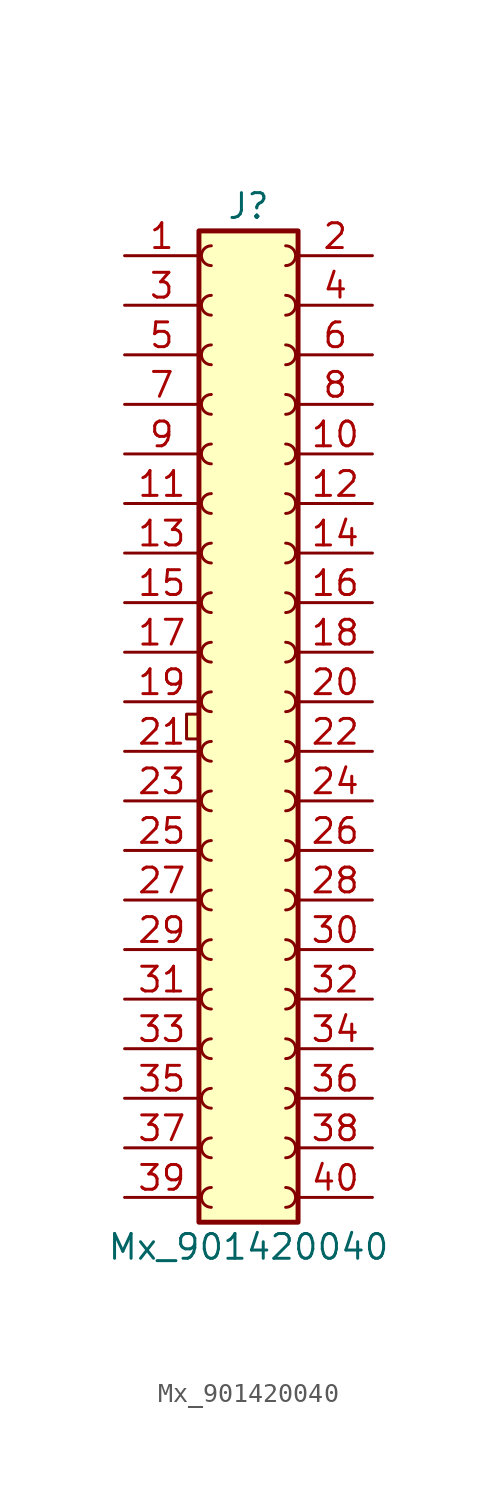
<source format=kicad_sym>
(kicad_symbol_lib
  (version 20220914)
  (generator kicad_symbol_editor)
  (symbol "Mx_901420040"
    (pin_names
      (offset 1.016) hide)
    (property "Reference" "J"
      (at 0 26.67 0)
      (effects (font (size 1.27 1.27))))
    (property "Value" "Mx_901420040"
      (at 0 -26.67 0)
      (effects (font (size 1.27 1.27))))
    (symbol "Mx_901420040_0_1"
      (rectangle (start -3.175 0.635) (end -2.54 -0.635) (stroke (width 0.152) (type default)) (fill (type background))))
    (symbol "Mx_901420040_1_1"
      (rectangle (start -2.54 25.4) (end 2.54 -25.4) (stroke (width 0.254) (type default)) (fill (type background)))
      (arc (start -1.905 -23.622) (mid -2.4108 -24.13) (end -1.905 -24.638) (stroke (width 0) (type default)) (fill (type none)))
      (arc (start -1.905 -21.082) (mid -2.4108 -21.59) (end -1.905 -22.098) (stroke (width 0) (type default)) (fill (type none)))
      (arc (start -1.905 -18.542) (mid -2.4108 -19.05) (end -1.905 -19.558) (stroke (width 0) (type default)) (fill (type none)))
      (arc (start -1.905 -16.002) (mid -2.4108 -16.51) (end -1.905 -17.018) (stroke (width 0) (type default)) (fill (type none)))
      (arc (start -1.905 -13.462) (mid -2.4108 -13.97) (end -1.905 -14.478) (stroke (width 0) (type default)) (fill (type none)))
      (arc (start -1.905 -10.922) (mid -2.4108 -11.43) (end -1.905 -11.938) (stroke (width 0) (type default)) (fill (type none)))
      (arc (start -1.905 -8.382) (mid -2.4108 -8.89) (end -1.905 -9.398) (stroke (width 0) (type default)) (fill (type none)))
      (arc (start -1.905 -5.842) (mid -2.4108 -6.35) (end -1.905 -6.858) (stroke (width 0) (type default)) (fill (type none)))
      (arc (start -1.905 -3.302) (mid -2.4108 -3.81) (end -1.905 -4.318) (stroke (width 0) (type default)) (fill (type none)))
      (arc (start -1.905 -0.762) (mid -2.4108 -1.27) (end -1.905 -1.778) (stroke (width 0) (type default)) (fill (type none)))
      (arc (start -1.905 1.778) (mid -2.4108 1.27) (end -1.905 0.762) (stroke (width 0) (type default)) (fill (type none)))
      (arc (start -1.905 4.318) (mid -2.4108 3.81) (end -1.905 3.302) (stroke (width 0) (type default)) (fill (type none)))
      (arc (start -1.905 6.858) (mid -2.4108 6.35) (end -1.905 5.842) (stroke (width 0) (type default)) (fill (type none)))
      (arc (start -1.905 9.398) (mid -2.4108 8.89) (end -1.905 8.382) (stroke (width 0) (type default)) (fill (type none)))
      (arc (start -1.905 11.938) (mid -2.4108 11.43) (end -1.905 10.922) (stroke (width 0) (type default)) (fill (type none)))
      (arc (start -1.905 14.478) (mid -2.4108 13.97) (end -1.905 13.462) (stroke (width 0) (type default)) (fill (type none)))
      (arc (start -1.905 17.018) (mid -2.4108 16.51) (end -1.905 16.002) (stroke (width 0) (type default)) (fill (type none)))
      (arc (start -1.905 19.558) (mid -2.4108 19.05) (end -1.905 18.542) (stroke (width 0) (type default)) (fill (type none)))
      (arc (start -1.905 22.098) (mid -2.4108 21.59) (end -1.905 21.082) (stroke (width 0) (type default)) (fill (type none)))
      (arc (start -1.905 24.638) (mid -2.4108 24.13) (end -1.905 23.622) (stroke (width 0) (type default)) (fill (type none)))
      (arc (start 1.905 -24.638) (mid 2.4108 -24.13) (end 1.905 -23.622) (stroke (width 0) (type default)) (fill (type none)))
      (arc (start 1.905 -22.098) (mid 2.4108 -21.59) (end 1.905 -21.082) (stroke (width 0) (type default)) (fill (type none)))
      (arc (start 1.905 -19.558) (mid 2.4108 -19.05) (end 1.905 -18.542) (stroke (width 0) (type default)) (fill (type none)))
      (arc (start 1.905 -17.018) (mid 2.4108 -16.51) (end 1.905 -16.002) (stroke (width 0) (type default)) (fill (type none)))
      (arc (start 1.905 -14.478) (mid 2.4108 -13.97) (end 1.905 -13.462) (stroke (width 0) (type default)) (fill (type none)))
      (arc (start 1.905 -11.938) (mid 2.4108 -11.43) (end 1.905 -10.922) (stroke (width 0) (type default)) (fill (type none)))
      (arc (start 1.905 -9.398) (mid 2.4108 -8.89) (end 1.905 -8.382) (stroke (width 0) (type default)) (fill (type none)))
      (arc (start 1.905 -6.858) (mid 2.4108 -6.35) (end 1.905 -5.842) (stroke (width 0) (type default)) (fill (type none)))
      (arc (start 1.905 -4.318) (mid 2.4108 -3.81) (end 1.905 -3.302) (stroke (width 0) (type default)) (fill (type none)))
      (arc (start 1.905 -1.778) (mid 2.4108 -1.27) (end 1.905 -0.762) (stroke (width 0) (type default)) (fill (type none)))
      (arc (start 1.905 0.762) (mid 2.4108 1.27) (end 1.905 1.778) (stroke (width 0) (type default)) (fill (type none)))
      (arc (start 1.905 3.302) (mid 2.4108 3.81) (end 1.905 4.318) (stroke (width 0) (type default)) (fill (type none)))
      (arc (start 1.905 5.842) (mid 2.4108 6.35) (end 1.905 6.858) (stroke (width 0) (type default)) (fill (type none)))
      (arc (start 1.905 8.382) (mid 2.4108 8.89) (end 1.905 9.398) (stroke (width 0) (type default)) (fill (type none)))
      (arc (start 1.905 10.922) (mid 2.4108 11.43) (end 1.905 11.938) (stroke (width 0) (type default)) (fill (type none)))
      (arc (start 1.905 13.462) (mid 2.4108 13.97) (end 1.905 14.478) (stroke (width 0) (type default)) (fill (type none)))
      (arc (start 1.905 16.002) (mid 2.4108 16.51) (end 1.905 17.018) (stroke (width 0) (type default)) (fill (type none)))
      (arc (start 1.905 18.542) (mid 2.4108 19.05) (end 1.905 19.558) (stroke (width 0) (type default)) (fill (type none)))
      (arc (start 1.905 21.082) (mid 2.4108 21.59) (end 1.905 22.098) (stroke (width 0) (type default)) (fill (type none)))
      (arc (start 1.905 23.622) (mid 2.4108 24.13) (end 1.905 24.638) (stroke (width 0) (type default)) (fill (type none)))
      (pin passive line (at -6.35 24.13 0) (length 3.81) (name "Pin_1" (effects (font (size 1.27 1.27)))) (number "1" (effects (font (size 1.27 1.27)))))
      (pin passive line (at 6.35 13.97 180) (length 3.81) (name "Pin_10" (effects (font (size 1.27 1.27)))) (number "10" (effects (font (size 1.27 1.27)))))
      (pin passive line (at -6.35 11.43 0) (length 3.81) (name "Pin_11" (effects (font (size 1.27 1.27)))) (number "11" (effects (font (size 1.27 1.27)))))
      (pin passive line (at 6.35 11.43 180) (length 3.81) (name "Pin_12" (effects (font (size 1.27 1.27)))) (number "12" (effects (font (size 1.27 1.27)))))
      (pin passive line (at -6.35 8.89 0) (length 3.81) (name "Pin_13" (effects (font (size 1.27 1.27)))) (number "13" (effects (font (size 1.27 1.27)))))
      (pin passive line (at 6.35 8.89 180) (length 3.81) (name "Pin_14" (effects (font (size 1.27 1.27)))) (number "14" (effects (font (size 1.27 1.27)))))
      (pin passive line (at -6.35 6.35 0) (length 3.81) (name "Pin_15" (effects (font (size 1.27 1.27)))) (number "15" (effects (font (size 1.27 1.27)))))
      (pin passive line (at 6.35 6.35 180) (length 3.81) (name "Pin_16" (effects (font (size 1.27 1.27)))) (number "16" (effects (font (size 1.27 1.27)))))
      (pin passive line (at -6.35 3.81 0) (length 3.81) (name "Pin_17" (effects (font (size 1.27 1.27)))) (number "17" (effects (font (size 1.27 1.27)))))
      (pin passive line (at 6.35 3.81 180) (length 3.81) (name "Pin_18" (effects (font (size 1.27 1.27)))) (number "18" (effects (font (size 1.27 1.27)))))
      (pin passive line (at -6.35 1.27 0) (length 3.81) (name "Pin_19" (effects (font (size 1.27 1.27)))) (number "19" (effects (font (size 1.27 1.27)))))
      (pin passive line (at 6.35 24.13 180) (length 3.81) (name "Pin_2" (effects (font (size 1.27 1.27)))) (number "2" (effects (font (size 1.27 1.27)))))
      (pin passive line (at 6.35 1.27 180) (length 3.81) (name "Pin_20" (effects (font (size 1.27 1.27)))) (number "20" (effects (font (size 1.27 1.27)))))
      (pin passive line (at -6.35 -1.27 0) (length 3.81) (name "Pin_21" (effects (font (size 1.27 1.27)))) (number "21" (effects (font (size 1.27 1.27)))))
      (pin passive line (at 6.35 -1.27 180) (length 3.81) (name "Pin_22" (effects (font (size 1.27 1.27)))) (number "22" (effects (font (size 1.27 1.27)))))
      (pin passive line (at -6.35 -3.81 0) (length 3.81) (name "Pin_23" (effects (font (size 1.27 1.27)))) (number "23" (effects (font (size 1.27 1.27)))))
      (pin passive line (at 6.35 -3.81 180) (length 3.81) (name "Pin_24" (effects (font (size 1.27 1.27)))) (number "24" (effects (font (size 1.27 1.27)))))
      (pin passive line (at -6.35 -6.35 0) (length 3.81) (name "Pin_25" (effects (font (size 1.27 1.27)))) (number "25" (effects (font (size 1.27 1.27)))))
      (pin passive line (at 6.35 -6.35 180) (length 3.81) (name "Pin_26" (effects (font (size 1.27 1.27)))) (number "26" (effects (font (size 1.27 1.27)))))
      (pin passive line (at -6.35 -8.89 0) (length 3.81) (name "Pin_27" (effects (font (size 1.27 1.27)))) (number "27" (effects (font (size 1.27 1.27)))))
      (pin passive line (at 6.35 -8.89 180) (length 3.81) (name "Pin_28" (effects (font (size 1.27 1.27)))) (number "28" (effects (font (size 1.27 1.27)))))
      (pin passive line (at -6.35 -11.43 0) (length 3.81) (name "Pin_29" (effects (font (size 1.27 1.27)))) (number "29" (effects (font (size 1.27 1.27)))))
      (pin passive line (at -6.35 21.59 0) (length 3.81) (name "Pin_3" (effects (font (size 1.27 1.27)))) (number "3" (effects (font (size 1.27 1.27)))))
      (pin passive line (at 6.35 -11.43 180) (length 3.81) (name "Pin_30" (effects (font (size 1.27 1.27)))) (number "30" (effects (font (size 1.27 1.27)))))
      (pin passive line (at -6.35 -13.97 0) (length 3.81) (name "Pin_31" (effects (font (size 1.27 1.27)))) (number "31" (effects (font (size 1.27 1.27)))))
      (pin passive line (at 6.35 -13.97 180) (length 3.81) (name "Pin_32" (effects (font (size 1.27 1.27)))) (number "32" (effects (font (size 1.27 1.27)))))
      (pin passive line (at -6.35 -16.51 0) (length 3.81) (name "Pin_33" (effects (font (size 1.27 1.27)))) (number "33" (effects (font (size 1.27 1.27)))))
      (pin passive line (at 6.35 -16.51 180) (length 3.81) (name "Pin_34" (effects (font (size 1.27 1.27)))) (number "34" (effects (font (size 1.27 1.27)))))
      (pin passive line (at -6.35 -19.05 0) (length 3.81) (name "Pin_35" (effects (font (size 1.27 1.27)))) (number "35" (effects (font (size 1.27 1.27)))))
      (pin passive line (at 6.35 -19.05 180) (length 3.81) (name "Pin_36" (effects (font (size 1.27 1.27)))) (number "36" (effects (font (size 1.27 1.27)))))
      (pin passive line (at -6.35 -21.59 0) (length 3.81) (name "Pin_37" (effects (font (size 1.27 1.27)))) (number "37" (effects (font (size 1.27 1.27)))))
      (pin passive line (at 6.35 -21.59 180) (length 3.81) (name "Pin_38" (effects (font (size 1.27 1.27)))) (number "38" (effects (font (size 1.27 1.27)))))
      (pin passive line (at -6.35 -24.13 0) (length 3.81) (name "Pin_39" (effects (font (size 1.27 1.27)))) (number "39" (effects (font (size 1.27 1.27)))))
      (pin passive line (at 6.35 21.59 180) (length 3.81) (name "Pin_4" (effects (font (size 1.27 1.27)))) (number "4" (effects (font (size 1.27 1.27)))))
      (pin passive line (at 6.35 -24.13 180) (length 3.81) (name "Pin_40" (effects (font (size 1.27 1.27)))) (number "40" (effects (font (size 1.27 1.27)))))
      (pin passive line (at -6.35 19.05 0) (length 3.81) (name "Pin_5" (effects (font (size 1.27 1.27)))) (number "5" (effects (font (size 1.27 1.27)))))
      (pin passive line (at 6.35 19.05 180) (length 3.81) (name "Pin_6" (effects (font (size 1.27 1.27)))) (number "6" (effects (font (size 1.27 1.27)))))
      (pin passive line (at -6.35 16.51 0) (length 3.81) (name "Pin_7" (effects (font (size 1.27 1.27)))) (number "7" (effects (font (size 1.27 1.27)))))
      (pin passive line (at 6.35 16.51 180) (length 3.81) (name "Pin_8" (effects (font (size 1.27 1.27)))) (number "8" (effects (font (size 1.27 1.27)))))
      (pin passive line (at -6.35 13.97 0) (length 3.81) (name "Pin_9" (effects (font (size 1.27 1.27)))) (number "9" (effects (font (size 1.27 1.27))))))))
</source>
